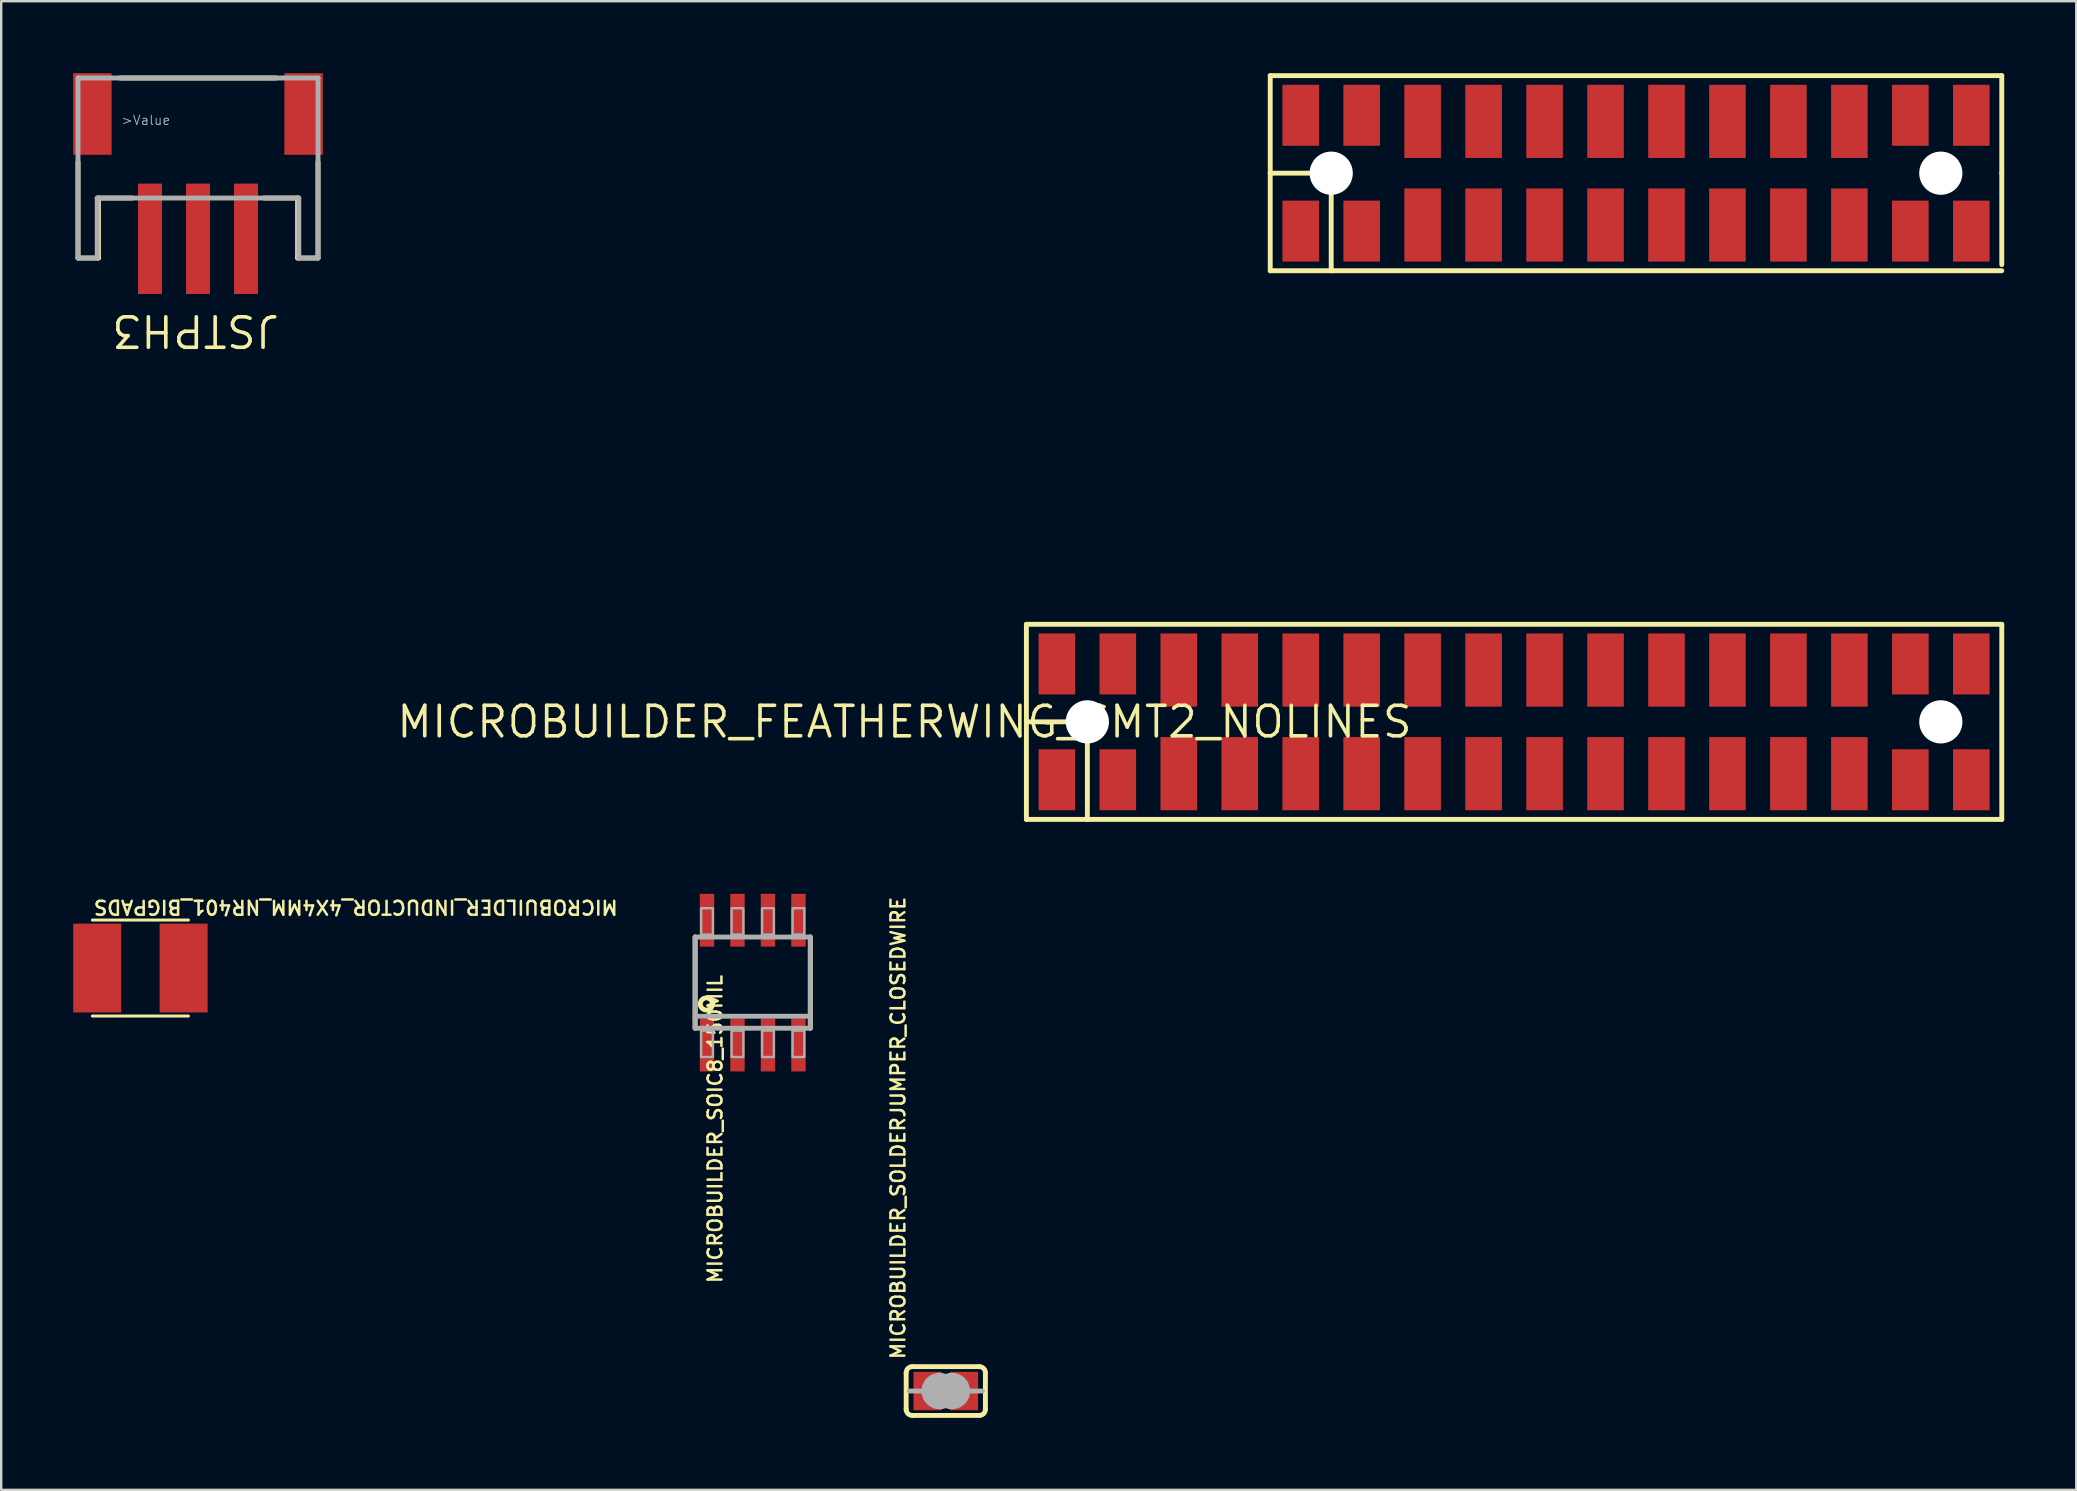
<source format=kicad_pcb>
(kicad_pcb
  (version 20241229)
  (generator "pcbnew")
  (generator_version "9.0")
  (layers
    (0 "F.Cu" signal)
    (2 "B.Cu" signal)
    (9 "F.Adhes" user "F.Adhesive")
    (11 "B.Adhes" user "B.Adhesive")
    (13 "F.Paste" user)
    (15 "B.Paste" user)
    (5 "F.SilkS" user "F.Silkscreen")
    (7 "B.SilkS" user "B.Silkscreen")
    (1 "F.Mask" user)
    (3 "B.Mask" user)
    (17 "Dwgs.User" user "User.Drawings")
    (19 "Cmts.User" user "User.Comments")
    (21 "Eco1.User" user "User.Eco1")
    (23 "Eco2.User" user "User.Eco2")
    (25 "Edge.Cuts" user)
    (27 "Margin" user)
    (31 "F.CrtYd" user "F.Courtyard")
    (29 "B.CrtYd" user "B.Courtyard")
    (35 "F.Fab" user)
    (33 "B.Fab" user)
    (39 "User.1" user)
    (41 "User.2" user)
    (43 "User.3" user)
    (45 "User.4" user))
  (footprint "MICROBUILDER_INDUCTOR_4X4MM_NR401_BIGPADS"
    (layer "F.Cu")
    (at 2.8 37.283)
    (property "Reference" "MICROBUILDER_INDUCTOR_4X4MM_NR401_BIGPADS" (at -2 -2.2 180) (unlocked yes) (layer "F.SilkS") (effects (font (size 0.579 0.579) (thickness 0.104)) (justify right top)))
    (attr through_hole)
    (fp_line (start -2 -2) (end 2 -2) (stroke (width 0.127) (type solid)) (layer "F.SilkS"))
    (fp_line (start 2 2) (end -2 2) (stroke (width 0.127) (type solid)) (layer "F.SilkS"))
    (pad "P$1" smd rect (at -1.8 0) (size 2 3.7) (layers "F.Cu" "F.Mask" "F.Paste"))
    (pad "P$2" smd rect (at 1.8 0) (size 2 3.7) (layers "F.Cu" "F.Mask" "F.Paste")))
  (footprint "MICROBUILDER_SOIC8_150MIL"
    (layer "F.Cu")
    (at 28.312 37.891)
    (property "Reference" "MICROBUILDER_SOIC8_150MIL" (at -1.905 -0.381 270) (layer "F.SilkS") (effects (font (size 0.579 0.579) (thickness 0.104)) (justify right top)))
    (attr through_hole)
    (fp_line (start -2.4 1.9) (end -2.4 -1.9) (stroke (width 0.203) (type solid)) (layer "F.SilkS"))
    (fp_line (start 2.4 -1.9) (end 2.4 1.9) (stroke (width 0.203) (type solid)) (layer "F.SilkS"))
    (fp_circle (center -1.93 0.889) (end -1.676 0.889) (stroke (width 0.203) (type solid)) (fill no) (layer "F.SilkS"))
    (fp_line (start -2.4 -1.9) (end 2.4 -1.9) (stroke (width 0.203) (type solid)) (layer "F.Fab"))
    (fp_line (start -2.4 1.4) (end -2.4 -1.9) (stroke (width 0.203) (type solid)) (layer "F.Fab"))
    (fp_line (start -2.4 1.9) (end -2.4 1.4) (stroke (width 0.203) (type solid)) (layer "F.Fab"))
    (fp_line (start 2.4 -1.9) (end 2.4 1.4) (stroke (width 0.203) (type solid)) (layer "F.Fab"))
    (fp_line (start 2.4 1.4) (end -2.4 1.4) (stroke (width 0.203) (type solid)) (layer "F.Fab"))
    (fp_line (start 2.4 1.4) (end 2.4 1.9) (stroke (width 0.203) (type solid)) (layer "F.Fab"))
    (fp_line (start 2.4 1.9) (end -2.4 1.9) (stroke (width 0.203) (type solid)) (layer "F.Fab"))
    (fp_poly (pts (xy -2.15 -2) (xy -1.66 -2) (xy -1.66 -3.1) (xy -2.15 -3.1)) (stroke (width 0.1) (type solid)) (fill no) (layer "F.Fab"))
    (fp_poly (pts (xy -2.15 3.1) (xy -1.66 3.1) (xy -1.66 2) (xy -2.15 2)) (stroke (width 0.1) (type solid)) (fill no) (layer "F.Fab"))
    (fp_poly (pts (xy -0.88 -2) (xy -0.39 -2) (xy -0.39 -3.1) (xy -0.88 -3.1)) (stroke (width 0.1) (type solid)) (fill no) (layer "F.Fab"))
    (fp_poly (pts (xy -0.88 3.1) (xy -0.39 3.1) (xy -0.39 2) (xy -0.88 2)) (stroke (width 0.1) (type solid)) (fill no) (layer "F.Fab"))
    (fp_poly (pts (xy 0.39 -2) (xy 0.88 -2) (xy 0.88 -3.1) (xy 0.39 -3.1)) (stroke (width 0.1) (type solid)) (fill no) (layer "F.Fab"))
    (fp_poly (pts (xy 0.39 3.1) (xy 0.88 3.1) (xy 0.88 2) (xy 0.39 2)) (stroke (width 0.1) (type solid)) (fill no) (layer "F.Fab"))
    (fp_poly (pts (xy 1.66 -2) (xy 2.15 -2) (xy 2.15 -3.1) (xy 1.66 -3.1)) (stroke (width 0.1) (type solid)) (fill no) (layer "F.Fab"))
    (fp_poly (pts (xy 1.66 3.1) (xy 2.15 3.1) (xy 2.15 2) (xy 1.66 2)) (stroke (width 0.1) (type solid)) (fill no) (layer "F.Fab"))
    (pad "1" smd rect (at -1.905 2.6) (size 0.6 2.2) (layers "F.Cu" "F.Mask" "F.Paste"))
    (pad "2" smd rect (at -0.635 2.6) (size 0.6 2.2) (layers "F.Cu" "F.Mask" "F.Paste"))
    (pad "3" smd rect (at 0.635 2.6) (size 0.6 2.2) (layers "F.Cu" "F.Mask" "F.Paste"))
    (pad "4" smd rect (at 1.905 2.6) (size 0.6 2.2) (layers "F.Cu" "F.Mask" "F.Paste"))
    (pad "5" smd rect (at 1.905 -2.6) (size 0.6 2.2) (layers "F.Cu" "F.Mask" "F.Paste"))
    (pad "6" smd rect (at 0.635 -2.6) (size 0.6 2.2) (layers "F.Cu" "F.Mask" "F.Paste"))
    (pad "7" smd rect (at -0.635 -2.6) (size 0.6 2.2) (layers "F.Cu" "F.Mask" "F.Paste"))
    (pad "8" smd rect (at -1.905 -2.6) (size 0.6 2.2) (layers "F.Cu" "F.Mask" "F.Paste")))
  (footprint "JSTPH3"
    (layer "F.Cu")
    (at 5.2 4.2)
    (property "Reference" "JSTPH3" (at -0.102 6.528 180) (unlocked yes) (layer "F.SilkS") (effects (font (size 1.27 1.27) (thickness 0.15))))
    (attr through_hole)
    (fp_line (start -5 3.5) (end -5 -0.5) (stroke (width 0.203) (type solid)) (layer "F.SilkS"))
    (fp_line (start -4.15 1) (end -4.15 3.5) (stroke (width 0.203) (type solid)) (layer "F.SilkS"))
    (fp_line (start -4.15 3.5) (end -5 3.5) (stroke (width 0.203) (type solid)) (layer "F.SilkS"))
    (fp_line (start -3.25 -4) (end 3.25 -4) (stroke (width 0.203) (type solid)) (layer "F.SilkS"))
    (fp_line (start -2.75 1) (end -4.15 1) (stroke (width 0.203) (type solid)) (layer "F.SilkS"))
    (fp_line (start 4.15 1) (end 2.75 1) (stroke (width 0.203) (type solid)) (layer "F.SilkS"))
    (fp_line (start 4.15 3.5) (end 4.15 1) (stroke (width 0.203) (type solid)) (layer "F.SilkS"))
    (fp_line (start 5 -0.5) (end 5 3.5) (stroke (width 0.203) (type solid)) (layer "F.SilkS"))
    (fp_line (start 5 3.5) (end 4.15 3.5) (stroke (width 0.203) (type solid)) (layer "F.SilkS"))
    (fp_line (start -5 -4) (end 5 -4) (stroke (width 0.203) (type solid)) (layer "F.Fab"))
    (fp_line (start -5 3.5) (end -5 -4) (stroke (width 0.203) (type solid)) (layer "F.Fab"))
    (fp_line (start -4.2 1) (end -4.2 3.5) (stroke (width 0.203) (type solid)) (layer "F.Fab"))
    (fp_line (start -4.2 3.5) (end -5 3.5) (stroke (width 0.203) (type solid)) (layer "F.Fab"))
    (fp_line (start 4.2 1) (end -4.2 1) (stroke (width 0.203) (type solid)) (layer "F.Fab"))
    (fp_line (start 4.2 3.5) (end 4.2 1) (stroke (width 0.203) (type solid)) (layer "F.Fab"))
    (fp_line (start 5 -4) (end 5 3.5) (stroke (width 0.203) (type solid)) (layer "F.Fab"))
    (fp_line (start 5 3.5) (end 4.2 3.5) (stroke (width 0.203) (type solid)) (layer "F.Fab"))
    (fp_text user ">Value" (at -3.223 -2.016 0) (layer "F.Fab") (effects (font (size 0.386 0.386) (thickness 0.041)) (justify left bottom)))
    (pad "1" smd rect (at -2 2.7) (size 1 4.6) (layers "F.Cu" "F.Mask" "F.Paste"))
    (pad "2" smd rect (at 0 2.7) (size 1 4.6) (layers "F.Cu" "F.Mask" "F.Paste"))
    (pad "3" smd rect (at 2 2.7) (size 1 4.6) (layers "F.Cu" "F.Mask" "F.Paste"))
    (pad "NC1" smd rect (at -4.4 -2.5 90) (size 3.4 1.6) (layers "F.Cu" "F.Mask" "F.Paste"))
    (pad "NC2" smd rect (at 4.4 -2.5 90) (size 3.4 1.6) (layers "F.Cu" "F.Mask" "F.Paste")))
  (footprint "MICROBUILDER_SOLDERJUMPER_CLOSEDWIRE"
    (layer "F.Cu")
    (at 36.356 54.907)
    (property "Reference" "MICROBUILDER_SOLDERJUMPER_CLOSEDWIRE" (at -1.651 -1.27 90) (layer "F.SilkS") (effects (font (size 0.579 0.579) (thickness 0.104)) (justify left bottom)))
    (attr through_hole)
    (fp_poly (pts (xy -1.27 -0.762) (xy 1.27 -0.762) (xy 1.27 0.762) (xy -1.27 0.762)) (stroke (width 0) (type solid)) (fill yes) (layer "F.Mask"))
    (fp_line (start -1.651 0.762) (end -1.651 -0.762) (stroke (width 0.203) (type solid)) (layer "F.SilkS"))
    (fp_line (start -1.397 -1.016) (end 1.397 -1.016) (stroke (width 0.203) (type solid)) (layer "F.SilkS"))
    (fp_line (start 1.397 1.016) (end -1.397 1.016) (stroke (width 0.203) (type solid)) (layer "F.SilkS"))
    (fp_line (start 1.651 0.762) (end 1.651 -0.762) (stroke (width 0.203) (type solid)) (layer "F.SilkS"))
    (fp_arc (start -1.651 -0.762) (mid -1.576605 -0.941605) (end -1.397 -1.016) (stroke (width 0.2032) (type solid)) (layer "F.SilkS"))
    (fp_arc (start -1.397 1.016) (mid -1.576605 0.941605) (end -1.651 0.762) (stroke (width 0.2032) (type solid)) (layer "F.SilkS"))
    (fp_arc (start 1.397 -1.016) (mid 1.576605 -0.941605) (end 1.651 -0.762) (stroke (width 0.2032) (type solid)) (layer "F.SilkS"))
    (fp_arc (start 1.651 0.762) (mid 1.576605 0.941605) (end 1.397 1.016) (stroke (width 0.2032) (type solid)) (layer "F.SilkS"))
    (fp_line (start -1.016 0) (end -1.524 0) (stroke (width 0.203) (type solid)) (layer "F.Fab"))
    (fp_line (start 1.016 0) (end 1.524 0) (stroke (width 0.203) (type solid)) (layer "F.Fab"))
    (fp_arc (start -0.254 0.127) (mid -0.381 0) (end -0.254 -0.127) (stroke (width 1.27) (type solid)) (layer "F.Fab"))
    (fp_arc (start 0.254 -0.127) (mid 0.381 0) (end 0.254 0.127) (stroke (width 1.27) (type solid)) (layer "F.Fab"))
    (pad "1" smd rect (at -0.762 0) (size 1.168 1.6) (layers "F.Cu" "F.Mask"))
    (pad "2" smd rect (at 0.762 0) (size 1.168 1.6) (layers "F.Cu" "F.Mask"))
    (pad "WIRE" smd rect (at 0 0) (size 0.635 0.203) (layers "F.Cu" "F.Mask")))
  (footprint "MICROBUILDER_FEATHERWING_SMT2_NOLINES"
    (layer "F.Cu")
    (at 34.634 27.026)
    (property "Reference" "MICROBUILDER_FEATHERWING_SMT2_NOLINES" (at 0 0 0) (layer "F.SilkS") (effects (font (size 1.27 1.27) (thickness 0.15))))
    (attr through_hole)
    (fp_line (start 5.08 -4.064) (end 45.72 -4.064) (stroke (width 0.203) (type solid)) (layer "F.SilkS"))
    (fp_line (start 5.08 0) (end 5.08 -4.064) (stroke (width 0.203) (type solid)) (layer "F.SilkS"))
    (fp_line (start 5.08 0) (end 7.62 0) (stroke (width 0.203) (type solid)) (layer "F.SilkS"))
    (fp_line (start 5.08 4.064) (end 5.08 0) (stroke (width 0.203) (type solid)) (layer "F.SilkS"))
    (fp_line (start 7.62 0) (end 7.62 4.064) (stroke (width 0.203) (type solid)) (layer "F.SilkS"))
    (fp_line (start 7.62 4.064) (end 5.08 4.064) (stroke (width 0.203) (type solid)) (layer "F.SilkS"))
    (fp_line (start 15.24 -26.924) (end 45.72 -26.924) (stroke (width 0.203) (type solid)) (layer "F.SilkS"))
    (fp_line (start 15.24 -22.86) (end 15.24 -26.924) (stroke (width 0.203) (type solid)) (layer "F.SilkS"))
    (fp_line (start 15.24 -22.86) (end 17.78 -22.86) (stroke (width 0.203) (type solid)) (layer "F.SilkS"))
    (fp_line (start 15.24 -18.796) (end 15.24 -22.86) (stroke (width 0.203) (type solid)) (layer "F.SilkS"))
    (fp_line (start 17.78 -22.86) (end 17.78 -18.796) (stroke (width 0.203) (type solid)) (layer "F.SilkS"))
    (fp_line (start 17.78 -18.796) (end 15.24 -18.796) (stroke (width 0.203) (type solid)) (layer "F.SilkS"))
    (fp_line (start 45.72 -22.86) (end 45.72 -26.924) (stroke (width 0.203) (type solid)) (layer "F.SilkS"))
    (fp_line (start 45.72 -19.05) (end 45.72 -22.86) (stroke (width 0.203) (type solid)) (layer "F.SilkS"))
    (fp_line (start 45.72 -18.796) (end 17.78 -18.796) (stroke (width 0.203) (type solid)) (layer "F.SilkS"))
    (fp_line (start 45.72 -4.064) (end 45.72 4.064) (stroke (width 0.203) (type solid)) (layer "F.SilkS"))
    (fp_line (start 45.72 4.064) (end 7.62 4.064) (stroke (width 0.203) (type solid)) (layer "F.SilkS"))
    (pad "" np_thru_hole circle (at 7.62 0) (size 1.8 1.8) (drill 1.8) (layers "*.Cu" "*.Mask"))
    (pad "" np_thru_hole circle (at 17.78 -22.86) (size 1.8 1.8) (drill 1.8) (layers "*.Cu" "*.Mask"))
    (pad "" np_thru_hole circle (at 43.18 -22.86) (size 1.8 1.8) (drill 1.8) (layers "*.Cu" "*.Mask"))
    (pad "" np_thru_hole circle (at 43.18 0) (size 1.8 1.8) (drill 1.8) (layers "*.Cu" "*.Mask"))
    (pad "1" smd rect (at 6.35 -2.413 90) (size 2.54 1.524) (layers "F.Cu" "F.Mask" "F.Paste"))
    (pad "1'" smd rect (at 6.35 2.413 90) (size 2.54 1.524) (layers "F.Cu" "F.Mask" "F.Paste"))
    (pad "2" smd rect (at 8.89 -2.413 270) (size 2.54 1.524) (layers "F.Cu" "F.Mask" "F.Paste"))
    (pad "2'" smd rect (at 8.89 2.413 90) (size 2.54 1.524) (layers "F.Cu" "F.Mask" "F.Paste"))
    (pad "3" smd rect (at 11.43 -2.159 270) (size 3.048 1.524) (layers "F.Cu" "F.Mask" "F.Paste"))
    (pad "3'" smd rect (at 11.43 2.159 90) (size 3.048 1.524) (layers "F.Cu" "F.Mask" "F.Paste"))
    (pad "4" smd rect (at 13.97 -2.159 270) (size 3.048 1.524) (layers "F.Cu" "F.Mask" "F.Paste"))
    (pad "4'" smd rect (at 13.97 2.159 90) (size 3.048 1.524) (layers "F.Cu" "F.Mask" "F.Paste"))
    (pad "5" smd rect (at 16.51 -2.159 270) (size 3.048 1.524) (layers "F.Cu" "F.Mask" "F.Paste"))
    (pad "5'" smd rect (at 16.51 2.159 90) (size 3.048 1.524) (layers "F.Cu" "F.Mask" "F.Paste"))
    (pad "6" smd rect (at 19.05 -2.159 270) (size 3.048 1.524) (layers "F.Cu" "F.Mask" "F.Paste"))
    (pad "6'" smd rect (at 19.05 2.159 90) (size 3.048 1.524) (layers "F.Cu" "F.Mask" "F.Paste"))
    (pad "7" smd rect (at 21.59 -2.159 270) (size 3.048 1.524) (layers "F.Cu" "F.Mask" "F.Paste"))
    (pad "7'" smd rect (at 21.59 2.159 90) (size 3.048 1.524) (layers "F.Cu" "F.Mask" "F.Paste"))
    (pad "8" smd rect (at 24.13 -2.159 270) (size 3.048 1.524) (layers "F.Cu" "F.Mask" "F.Paste"))
    (pad "8'" smd rect (at 24.13 2.159 90) (size 3.048 1.524) (layers "F.Cu" "F.Mask" "F.Paste"))
    (pad "9" smd rect (at 26.67 -2.159 270) (size 3.048 1.524) (layers "F.Cu" "F.Mask" "F.Paste"))
    (pad "9'" smd rect (at 26.67 2.159 90) (size 3.048 1.524) (layers "F.Cu" "F.Mask" "F.Paste"))
    (pad "10" smd rect (at 29.21 -2.159 270) (size 3.048 1.524) (layers "F.Cu" "F.Mask" "F.Paste"))
    (pad "10'" smd rect (at 29.21 2.159 90) (size 3.048 1.524) (layers "F.Cu" "F.Mask" "F.Paste"))
    (pad "11" smd rect (at 31.75 -2.159 270) (size 3.048 1.524) (layers "F.Cu" "F.Mask" "F.Paste"))
    (pad "11'" smd rect (at 31.75 2.159 90) (size 3.048 1.524) (layers "F.Cu" "F.Mask" "F.Paste"))
    (pad "12" smd rect (at 34.29 -2.159 270) (size 3.048 1.524) (layers "F.Cu" "F.Mask" "F.Paste"))
    (pad "12'" smd rect (at 34.29 2.159 90) (size 3.048 1.524) (layers "F.Cu" "F.Mask" "F.Paste"))
    (pad "13" smd rect (at 36.83 -2.159 270) (size 3.048 1.524) (layers "F.Cu" "F.Mask" "F.Paste"))
    (pad "13'" smd rect (at 36.83 2.159 90) (size 3.048 1.524) (layers "F.Cu" "F.Mask" "F.Paste"))
    (pad "14" smd rect (at 39.37 -2.159 270) (size 3.048 1.524) (layers "F.Cu" "F.Mask" "F.Paste"))
    (pad "14'" smd rect (at 39.37 2.159 90) (size 3.048 1.524) (layers "F.Cu" "F.Mask" "F.Paste"))
    (pad "15" smd rect (at 41.91 -2.413 270) (size 2.54 1.524) (layers "F.Cu" "F.Mask" "F.Paste"))
    (pad "15'" smd rect (at 41.91 2.413 90) (size 2.54 1.524) (layers "F.Cu" "F.Mask" "F.Paste"))
    (pad "16" smd rect (at 44.45 -2.413 270) (size 2.54 1.524) (layers "F.Cu" "F.Mask" "F.Paste"))
    (pad "16'" smd rect (at 44.45 2.413 90) (size 2.54 1.524) (layers "F.Cu" "F.Mask" "F.Paste"))
    (pad "17" smd rect (at 44.45 -20.447 90) (size 2.54 1.524) (layers "F.Cu" "F.Mask" "F.Paste"))
    (pad "17'" smd rect (at 44.45 -25.273 270) (size 2.54 1.524) (layers "F.Cu" "F.Mask" "F.Paste"))
    (pad "18" smd rect (at 41.91 -20.447 90) (size 2.54 1.524) (layers "F.Cu" "F.Mask" "F.Paste"))
    (pad "18'" smd rect (at 41.91 -25.273 270) (size 2.54 1.524) (layers "F.Cu" "F.Mask" "F.Paste"))
    (pad "19" smd rect (at 39.37 -20.701 90) (size 3.048 1.524) (layers "F.Cu" "F.Mask" "F.Paste"))
    (pad "19'" smd rect (at 39.37 -25.019 270) (size 3.048 1.524) (layers "F.Cu" "F.Mask" "F.Paste"))
    (pad "20" smd rect (at 36.83 -20.701 90) (size 3.048 1.524) (layers "F.Cu" "F.Mask" "F.Paste"))
    (pad "20'" smd rect (at 36.83 -25.019 270) (size 3.048 1.524) (layers "F.Cu" "F.Mask" "F.Paste"))
    (pad "21" smd rect (at 34.29 -20.701 90) (size 3.048 1.524) (layers "F.Cu" "F.Mask" "F.Paste"))
    (pad "21'" smd rect (at 34.29 -25.019 270) (size 3.048 1.524) (layers "F.Cu" "F.Mask" "F.Paste"))
    (pad "22" smd rect (at 31.75 -20.701 90) (size 3.048 1.524) (layers "F.Cu" "F.Mask" "F.Paste"))
    (pad "22'" smd rect (at 31.75 -25.019 270) (size 3.048 1.524) (layers "F.Cu" "F.Mask" "F.Paste"))
    (pad "23" smd rect (at 29.21 -20.701 90) (size 3.048 1.524) (layers "F.Cu" "F.Mask" "F.Paste"))
    (pad "23'" smd rect (at 29.21 -25.019 270) (size 3.048 1.524) (layers "F.Cu" "F.Mask" "F.Paste"))
    (pad "24" smd rect (at 26.67 -20.701 90) (size 3.048 1.524) (layers "F.Cu" "F.Mask" "F.Paste"))
    (pad "24'" smd rect (at 26.67 -25.019 270) (size 3.048 1.524) (layers "F.Cu" "F.Mask" "F.Paste"))
    (pad "25" smd rect (at 24.13 -20.701 90) (size 3.048 1.524) (layers "F.Cu" "F.Mask" "F.Paste"))
    (pad "25'" smd rect (at 24.13 -25.019 270) (size 3.048 1.524) (layers "F.Cu" "F.Mask" "F.Paste"))
    (pad "26" smd rect (at 21.59 -20.701 90) (size 3.048 1.524) (layers "F.Cu" "F.Mask" "F.Paste"))
    (pad "26'" smd rect (at 21.59 -25.019 270) (size 3.048 1.524) (layers "F.Cu" "F.Mask" "F.Paste"))
    (pad "27" smd rect (at 19.05 -20.447 90) (size 2.54 1.524) (layers "F.Cu" "F.Mask" "F.Paste"))
    (pad "27'" smd rect (at 19.05 -25.273 270) (size 2.54 1.524) (layers "F.Cu" "F.Mask" "F.Paste"))
    (pad "28" smd rect (at 16.51 -20.447 90) (size 2.54 1.524) (layers "F.Cu" "F.Mask" "F.Paste"))
    (pad "28'" smd rect (at 16.51 -25.273 90) (size 2.54 1.524) (layers "F.Cu" "F.Mask" "F.Paste")))
  (gr_rect
    (start -3 -3)
    (end 83.456 59.025)
    (stroke (width 0.1) (type default))
    (fill no)
    (layer "Edge.Cuts")))
</source>
